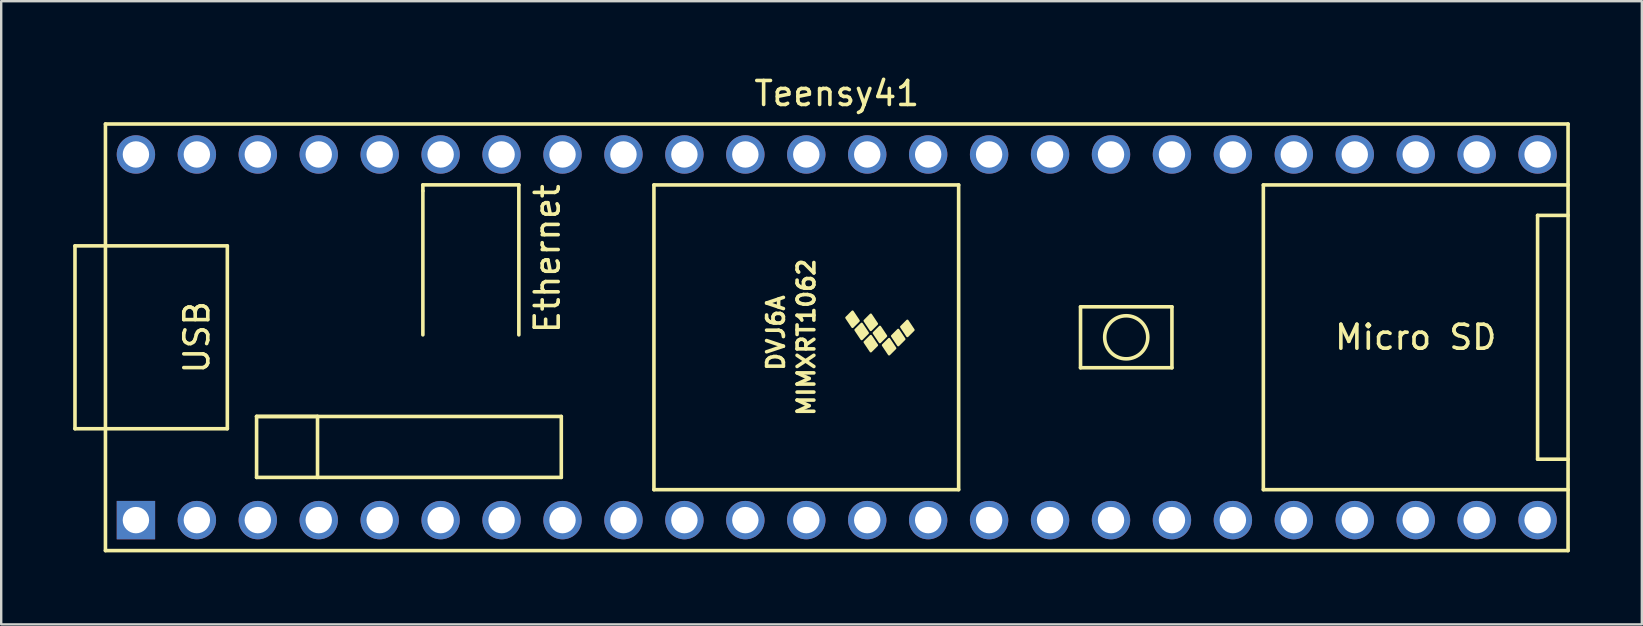
<source format=kicad_pcb>
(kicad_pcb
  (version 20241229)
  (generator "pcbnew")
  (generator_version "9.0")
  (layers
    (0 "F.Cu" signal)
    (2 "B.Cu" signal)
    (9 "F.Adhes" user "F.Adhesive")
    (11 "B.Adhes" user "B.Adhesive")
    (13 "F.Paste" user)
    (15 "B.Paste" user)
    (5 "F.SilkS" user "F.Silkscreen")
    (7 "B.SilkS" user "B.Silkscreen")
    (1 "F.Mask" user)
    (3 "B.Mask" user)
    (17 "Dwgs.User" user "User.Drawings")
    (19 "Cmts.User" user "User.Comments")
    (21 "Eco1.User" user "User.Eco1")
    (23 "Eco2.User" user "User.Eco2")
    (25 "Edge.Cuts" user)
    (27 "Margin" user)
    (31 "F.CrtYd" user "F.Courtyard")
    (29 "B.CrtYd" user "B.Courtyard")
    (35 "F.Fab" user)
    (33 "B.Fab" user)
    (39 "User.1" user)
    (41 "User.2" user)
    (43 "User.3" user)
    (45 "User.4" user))
  (footprint "Teensy41"
    (layer "F.Cu")
    (at 31.825 11.008)
    (property "Reference" "Teensy41" (at 0 -10.16 0) (layer "F.SilkS") (effects (font (size 1 1) (thickness 0.15))))
    (attr through_hole)
    (fp_line (start -31.75 -3.81) (end -30.48 -3.81) (stroke (width 0.15) (type solid)) (layer "F.SilkS"))
    (fp_line (start -31.75 3.81) (end -31.75 -3.81) (stroke (width 0.15) (type solid)) (layer "F.SilkS"))
    (fp_line (start -30.48 -8.89) (end 30.48 -8.89) (stroke (width 0.15) (type solid)) (layer "F.SilkS"))
    (fp_line (start -30.48 3.81) (end -31.75 3.81) (stroke (width 0.15) (type solid)) (layer "F.SilkS"))
    (fp_line (start -30.48 8.89) (end -30.48 -8.89) (stroke (width 0.15) (type solid)) (layer "F.SilkS"))
    (fp_line (start -25.4 -3.81) (end -30.48 -3.81) (stroke (width 0.15) (type solid)) (layer "F.SilkS"))
    (fp_line (start -25.4 3.81) (end -30.48 3.81) (stroke (width 0.15) (type solid)) (layer "F.SilkS"))
    (fp_line (start -25.4 3.81) (end -25.4 -3.81) (stroke (width 0.15) (type solid)) (layer "F.SilkS"))
    (fp_line (start -24.181 3.299) (end -21.641 3.299) (stroke (width 0.15) (type solid)) (layer "F.SilkS"))
    (fp_line (start -24.181 3.299) (end -11.481 3.299) (stroke (width 0.15) (type solid)) (layer "F.SilkS"))
    (fp_line (start -24.181 5.839) (end -24.181 3.299) (stroke (width 0.15) (type solid)) (layer "F.SilkS"))
    (fp_line (start -21.641 3.299) (end -21.641 5.839) (stroke (width 0.15) (type solid)) (layer "F.SilkS"))
    (fp_line (start -17.25 -6.352) (end -17.25 -6.102) (stroke (width 0.15) (type solid)) (layer "F.SilkS"))
    (fp_line (start -17.25 -6.102) (end -17.25 -0.102) (stroke (width 0.15) (type solid)) (layer "F.SilkS"))
    (fp_line (start -13.25 -6.352) (end -17.25 -6.352) (stroke (width 0.15) (type solid)) (layer "F.SilkS"))
    (fp_line (start -13.25 -0.102) (end -13.25 -6.352) (stroke (width 0.15) (type solid)) (layer "F.SilkS"))
    (fp_line (start -11.481 3.299) (end -11.481 5.839) (stroke (width 0.15) (type solid)) (layer "F.SilkS"))
    (fp_line (start -11.481 5.839) (end -24.181 5.839) (stroke (width 0.15) (type solid)) (layer "F.SilkS"))
    (fp_line (start -7.62 -6.35) (end -7.62 6.35) (stroke (width 0.15) (type solid)) (layer "F.SilkS"))
    (fp_line (start -7.62 6.35) (end 5.08 6.35) (stroke (width 0.15) (type solid)) (layer "F.SilkS"))
    (fp_line (start 5.08 -6.35) (end -7.62 -6.35) (stroke (width 0.15) (type solid)) (layer "F.SilkS"))
    (fp_line (start 5.08 6.35) (end 5.08 -6.35) (stroke (width 0.15) (type solid)) (layer "F.SilkS"))
    (fp_line (start 10.16 -1.27) (end 13.97 -1.27) (stroke (width 0.15) (type solid)) (layer "F.SilkS"))
    (fp_line (start 10.16 1.27) (end 10.16 -1.27) (stroke (width 0.15) (type solid)) (layer "F.SilkS"))
    (fp_line (start 13.97 -1.27) (end 13.97 1.27) (stroke (width 0.15) (type solid)) (layer "F.SilkS"))
    (fp_line (start 13.97 1.27) (end 10.16 1.27) (stroke (width 0.15) (type solid)) (layer "F.SilkS"))
    (fp_line (start 17.78 -6.35) (end 17.78 6.35) (stroke (width 0.15) (type solid)) (layer "F.SilkS"))
    (fp_line (start 17.78 6.35) (end 30.48 6.35) (stroke (width 0.15) (type solid)) (layer "F.SilkS"))
    (fp_line (start 29.21 -5.08) (end 29.21 5.08) (stroke (width 0.15) (type solid)) (layer "F.SilkS"))
    (fp_line (start 29.21 5.08) (end 30.48 5.08) (stroke (width 0.15) (type solid)) (layer "F.SilkS"))
    (fp_line (start 30.48 -8.89) (end 30.48 8.89) (stroke (width 0.15) (type solid)) (layer "F.SilkS"))
    (fp_line (start 30.48 -6.35) (end 17.78 -6.35) (stroke (width 0.15) (type solid)) (layer "F.SilkS"))
    (fp_line (start 30.48 -5.08) (end 29.21 -5.08) (stroke (width 0.15) (type solid)) (layer "F.SilkS"))
    (fp_line (start 30.48 8.89) (end -30.48 8.89) (stroke (width 0.15) (type solid)) (layer "F.SilkS"))
    (fp_circle (center 12.065 0) (end 12.7 -0.635) (stroke (width 0.15) (type solid)) (fill no) (layer "F.SilkS"))
    (fp_poly (pts (xy 0.911 -0.688) (xy 0.657 -0.434) (xy 0.403 -0.815) (xy 0.657 -1.069)) (stroke (width 0.1) (type solid)) (fill yes) (layer "F.SilkS"))
    (fp_poly (pts (xy 1.292 -0.18) (xy 1.038 0.074) (xy 0.784 -0.307) (xy 1.038 -0.561)) (stroke (width 0.1) (type solid)) (fill yes) (layer "F.SilkS"))
    (fp_poly (pts (xy 1.673 -0.561) (xy 1.419 -0.307) (xy 1.165 -0.688) (xy 1.419 -0.942)) (stroke (width 0.1) (type solid)) (fill yes) (layer "F.SilkS"))
    (fp_poly (pts (xy 1.673 0.328) (xy 1.419 0.582) (xy 1.165 0.201) (xy 1.419 -0.053)) (stroke (width 0.1) (type solid)) (fill yes) (layer "F.SilkS"))
    (fp_poly (pts (xy 2.054 -0.053) (xy 1.8 0.201) (xy 1.546 -0.18) (xy 1.8 -0.434)) (stroke (width 0.1) (type solid)) (fill yes) (layer "F.SilkS"))
    (fp_poly (pts (xy 2.435 0.455) (xy 2.181 0.709) (xy 1.927 0.328) (xy 2.181 0.074)) (stroke (width 0.1) (type solid)) (fill yes) (layer "F.SilkS"))
    (fp_poly (pts (xy 2.816 0.074) (xy 2.562 0.328) (xy 2.308 -0.053) (xy 2.562 -0.307)) (stroke (width 0.1) (type solid)) (fill yes) (layer "F.SilkS"))
    (fp_poly (pts (xy 3.197 -0.307) (xy 2.943 -0.053) (xy 2.689 -0.434) (xy 2.943 -0.688)) (stroke (width 0.1) (type solid)) (fill yes) (layer "F.SilkS"))
    (fp_text user "Ethernet" (at -12.065 -3.277 90) (layer "F.SilkS") (effects (font (size 1 1) (thickness 0.15))))
    (fp_text user "Micro SD" (at 24.13 0 0) (layer "F.SilkS") (effects (font (size 1 1) (thickness 0.15))))
    (fp_text user "MIMXRT1062" (at -1.27 0 270) (layer "F.SilkS") (effects (font (size 0.7 0.7) (thickness 0.15))))
    (fp_text user "DVJ6A" (at -2.54 -0.18 270) (layer "F.SilkS") (effects (font (size 0.7 0.7) (thickness 0.15))))
    (fp_text user "USB" (at -26.67 0 270) (layer "F.SilkS") (effects (font (size 1 1) (thickness 0.15))))
    (pad "1" thru_hole rect (at -29.21 7.62) (size 1.6 1.6) (drill 1.1) (layers "*.Cu" "*.Mask"))
    (pad "2" thru_hole circle (at -26.67 7.62) (size 1.6 1.6) (drill 1.1) (layers "*.Cu" "*.Mask"))
    (pad "3" thru_hole circle (at -24.13 7.62) (size 1.6 1.6) (drill 1.1) (layers "*.Cu" "*.Mask"))
    (pad "4" thru_hole circle (at -21.59 7.62) (size 1.6 1.6) (drill 1.1) (layers "*.Cu" "*.Mask"))
    (pad "5" thru_hole circle (at -19.05 7.62) (size 1.6 1.6) (drill 1.1) (layers "*.Cu" "*.Mask"))
    (pad "6" thru_hole circle (at -16.51 7.62) (size 1.6 1.6) (drill 1.1) (layers "*.Cu" "*.Mask"))
    (pad "7" thru_hole circle (at -13.97 7.62) (size 1.6 1.6) (drill 1.1) (layers "*.Cu" "*.Mask"))
    (pad "8" thru_hole circle (at -11.43 7.62) (size 1.6 1.6) (drill 1.1) (layers "*.Cu" "*.Mask"))
    (pad "9" thru_hole circle (at -8.89 7.62) (size 1.6 1.6) (drill 1.1) (layers "*.Cu" "*.Mask"))
    (pad "10" thru_hole circle (at -6.35 7.62) (size 1.6 1.6) (drill 1.1) (layers "*.Cu" "*.Mask"))
    (pad "11" thru_hole circle (at -3.81 7.62) (size 1.6 1.6) (drill 1.1) (layers "*.Cu" "*.Mask"))
    (pad "12" thru_hole circle (at -1.27 7.62) (size 1.6 1.6) (drill 1.1) (layers "*.Cu" "*.Mask"))
    (pad "13" thru_hole circle (at 1.27 7.62) (size 1.6 1.6) (drill 1.1) (layers "*.Cu" "*.Mask"))
    (pad "14" thru_hole circle (at 3.81 7.62) (size 1.6 1.6) (drill 1.1) (layers "*.Cu" "*.Mask"))
    (pad "15" thru_hole circle (at 6.35 7.62) (size 1.6 1.6) (drill 1.1) (layers "*.Cu" "*.Mask"))
    (pad "16" thru_hole circle (at 8.89 7.62) (size 1.6 1.6) (drill 1.1) (layers "*.Cu" "*.Mask"))
    (pad "17" thru_hole circle (at 11.43 7.62) (size 1.6 1.6) (drill 1.1) (layers "*.Cu" "*.Mask"))
    (pad "18" thru_hole circle (at 13.97 7.62) (size 1.6 1.6) (drill 1.1) (layers "*.Cu" "*.Mask"))
    (pad "19" thru_hole circle (at 16.51 7.62) (size 1.6 1.6) (drill 1.1) (layers "*.Cu" "*.Mask"))
    (pad "20" thru_hole circle (at 19.05 7.62) (size 1.6 1.6) (drill 1.1) (layers "*.Cu" "*.Mask"))
    (pad "21" thru_hole circle (at 21.59 7.62) (size 1.6 1.6) (drill 1.1) (layers "*.Cu" "*.Mask"))
    (pad "22" thru_hole circle (at 24.13 7.62) (size 1.6 1.6) (drill 1.1) (layers "*.Cu" "*.Mask"))
    (pad "23" thru_hole circle (at 26.67 7.62) (size 1.6 1.6) (drill 1.1) (layers "*.Cu" "*.Mask"))
    (pad "24" thru_hole circle (at 29.21 7.62) (size 1.6 1.6) (drill 1.1) (layers "*.Cu" "*.Mask"))
    (pad "25" thru_hole circle (at 29.21 -7.62) (size 1.6 1.6) (drill 1.1) (layers "*.Cu" "*.Mask"))
    (pad "26" thru_hole circle (at 26.67 -7.62) (size 1.6 1.6) (drill 1.1) (layers "*.Cu" "*.Mask"))
    (pad "27" thru_hole circle (at 24.13 -7.62) (size 1.6 1.6) (drill 1.1) (layers "*.Cu" "*.Mask"))
    (pad "28" thru_hole circle (at 21.59 -7.62) (size 1.6 1.6) (drill 1.1) (layers "*.Cu" "*.Mask"))
    (pad "29" thru_hole circle (at 19.05 -7.62) (size 1.6 1.6) (drill 1.1) (layers "*.Cu" "*.Mask"))
    (pad "30" thru_hole circle (at 16.51 -7.62) (size 1.6 1.6) (drill 1.1) (layers "*.Cu" "*.Mask"))
    (pad "31" thru_hole circle (at 13.97 -7.62) (size 1.6 1.6) (drill 1.1) (layers "*.Cu" "*.Mask"))
    (pad "32" thru_hole circle (at 11.43 -7.62) (size 1.6 1.6) (drill 1.1) (layers "*.Cu" "*.Mask"))
    (pad "33" thru_hole circle (at 8.89 -7.62) (size 1.6 1.6) (drill 1.1) (layers "*.Cu" "*.Mask"))
    (pad "34" thru_hole circle (at 6.35 -7.62) (size 1.6 1.6) (drill 1.1) (layers "*.Cu" "*.Mask"))
    (pad "35" thru_hole circle (at 3.81 -7.62) (size 1.6 1.6) (drill 1.1) (layers "*.Cu" "*.Mask"))
    (pad "36" thru_hole circle (at 1.27 -7.62) (size 1.6 1.6) (drill 1.1) (layers "*.Cu" "*.Mask"))
    (pad "37" thru_hole circle (at -1.27 -7.62) (size 1.6 1.6) (drill 1.1) (layers "*.Cu" "*.Mask"))
    (pad "38" thru_hole circle (at -3.81 -7.62) (size 1.6 1.6) (drill 1.1) (layers "*.Cu" "*.Mask"))
    (pad "39" thru_hole circle (at -6.35 -7.62) (size 1.6 1.6) (drill 1.1) (layers "*.Cu" "*.Mask"))
    (pad "40" thru_hole circle (at -8.89 -7.62) (size 1.6 1.6) (drill 1.1) (layers "*.Cu" "*.Mask"))
    (pad "41" thru_hole circle (at -11.43 -7.62) (size 1.6 1.6) (drill 1.1) (layers "*.Cu" "*.Mask"))
    (pad "42" thru_hole circle (at -13.97 -7.62) (size 1.6 1.6) (drill 1.1) (layers "*.Cu" "*.Mask"))
    (pad "43" thru_hole circle (at -16.51 -7.62) (size 1.6 1.6) (drill 1.1) (layers "*.Cu" "*.Mask"))
    (pad "44" thru_hole circle (at -19.05 -7.62) (size 1.6 1.6) (drill 1.1) (layers "*.Cu" "*.Mask"))
    (pad "45" thru_hole circle (at -21.59 -7.62) (size 1.6 1.6) (drill 1.1) (layers "*.Cu" "*.Mask"))
    (pad "46" thru_hole circle (at -24.13 -7.62) (size 1.6 1.6) (drill 1.1) (layers "*.Cu" "*.Mask"))
    (pad "47" thru_hole circle (at -26.67 -7.62) (size 1.6 1.6) (drill 1.1) (layers "*.Cu" "*.Mask"))
    (pad "48" thru_hole circle (at -29.21 -7.62) (size 1.6 1.6) (drill 1.1) (layers "*.Cu" "*.Mask")))
  (gr_rect
    (start -3 -3)
    (end 65.38 22.973)
    (stroke (width 0.1) (type default))
    (fill no)
    (layer "Edge.Cuts")))
</source>
